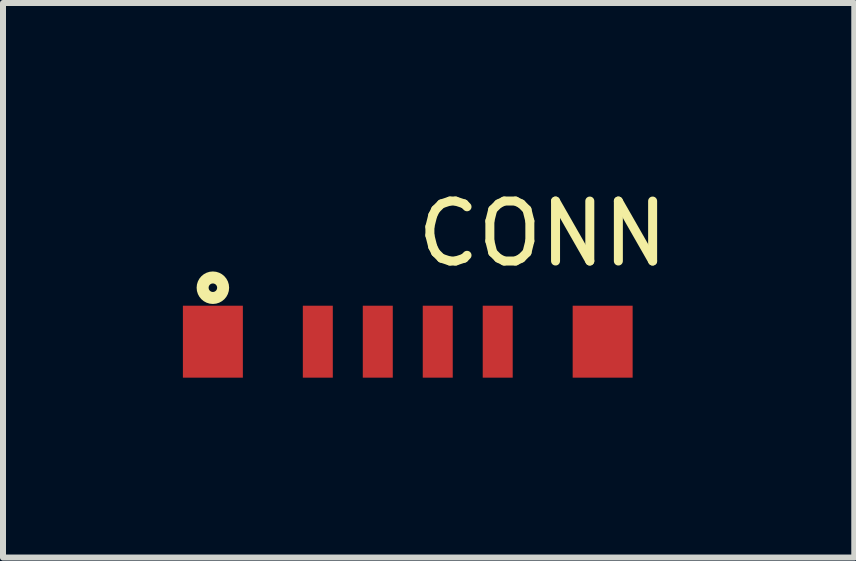
<source format=kicad_pcb>
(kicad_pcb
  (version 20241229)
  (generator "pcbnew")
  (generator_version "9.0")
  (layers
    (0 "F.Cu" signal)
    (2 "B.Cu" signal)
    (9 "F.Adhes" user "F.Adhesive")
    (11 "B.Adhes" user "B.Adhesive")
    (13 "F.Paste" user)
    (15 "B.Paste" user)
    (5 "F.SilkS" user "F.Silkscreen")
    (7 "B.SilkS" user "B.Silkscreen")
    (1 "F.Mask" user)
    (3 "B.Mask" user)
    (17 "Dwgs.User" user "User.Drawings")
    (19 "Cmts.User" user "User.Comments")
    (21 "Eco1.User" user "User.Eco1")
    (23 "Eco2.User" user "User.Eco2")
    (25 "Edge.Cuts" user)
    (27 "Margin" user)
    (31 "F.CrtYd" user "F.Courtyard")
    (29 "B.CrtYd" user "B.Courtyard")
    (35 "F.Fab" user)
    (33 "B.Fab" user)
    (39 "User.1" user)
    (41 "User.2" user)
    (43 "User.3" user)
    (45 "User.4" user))
  (footprint "CONN"
    (layer "F.Cu")
    (at 3.75 2.598)
    (property "Reference" "CONN" (at 2.25 -1.75 0) (layer "F.SilkS") (effects (font (size 1 1) (thickness 0.15))))
    (attr through_hole)
    (fp_circle (center -3.25 -0.85) (end -3.179 -0.85) (stroke (width 0.2) (type solid)) (fill no) (layer "F.SilkS"))
    (pad "1" smd rect (at -3.25 0.05) (size 1 1.2) (layers "F.Cu" "F.Mask" "F.Paste"))
    (pad "2" smd rect (at -1.5 0.05) (size 0.5 1.2) (layers "F.Cu" "F.Mask" "F.Paste"))
    (pad "3" smd rect (at -0.5 0.05) (size 0.5 1.2) (layers "F.Cu" "F.Mask" "F.Paste"))
    (pad "4" smd rect (at 0.5 0.05) (size 0.5 1.2) (layers "F.Cu" "F.Mask" "F.Paste"))
    (pad "5" smd rect (at 1.5 0.05) (size 0.5 1.2) (layers "F.Cu" "F.Mask" "F.Paste"))
    (pad "6" smd rect (at 3.25 0.05) (size 1 1.2) (layers "F.Cu" "F.Mask" "F.Paste")))
  (gr_rect
    (start -3 -3)
    (end 11.196 6.248)
    (stroke (width 0.1) (type default))
    (fill no)
    (layer "Edge.Cuts")))
</source>
